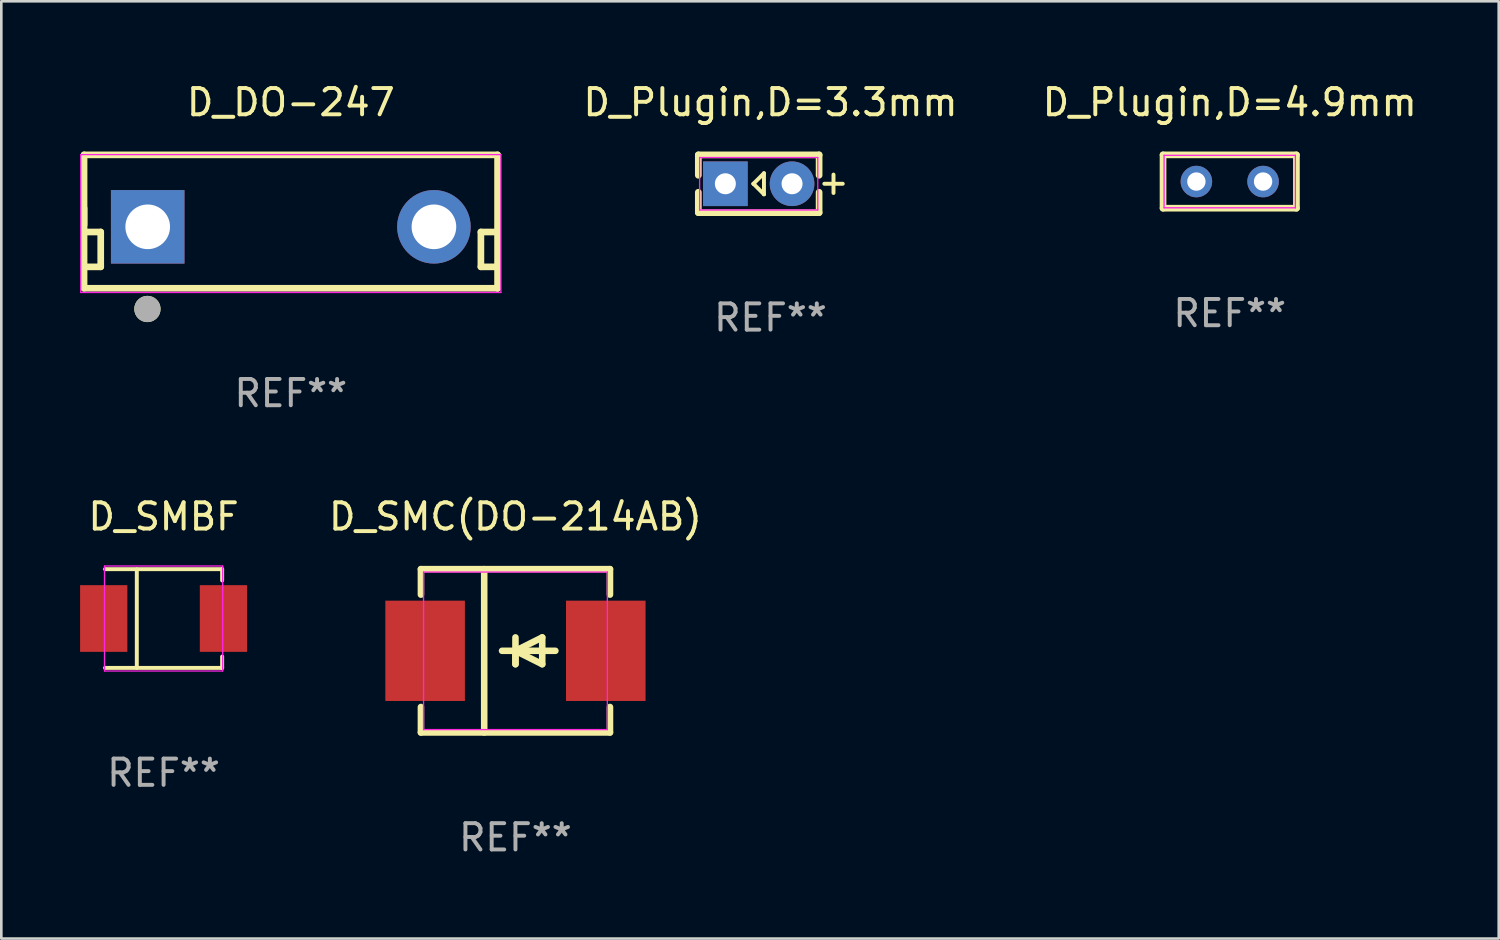
<source format=kicad_pcb>
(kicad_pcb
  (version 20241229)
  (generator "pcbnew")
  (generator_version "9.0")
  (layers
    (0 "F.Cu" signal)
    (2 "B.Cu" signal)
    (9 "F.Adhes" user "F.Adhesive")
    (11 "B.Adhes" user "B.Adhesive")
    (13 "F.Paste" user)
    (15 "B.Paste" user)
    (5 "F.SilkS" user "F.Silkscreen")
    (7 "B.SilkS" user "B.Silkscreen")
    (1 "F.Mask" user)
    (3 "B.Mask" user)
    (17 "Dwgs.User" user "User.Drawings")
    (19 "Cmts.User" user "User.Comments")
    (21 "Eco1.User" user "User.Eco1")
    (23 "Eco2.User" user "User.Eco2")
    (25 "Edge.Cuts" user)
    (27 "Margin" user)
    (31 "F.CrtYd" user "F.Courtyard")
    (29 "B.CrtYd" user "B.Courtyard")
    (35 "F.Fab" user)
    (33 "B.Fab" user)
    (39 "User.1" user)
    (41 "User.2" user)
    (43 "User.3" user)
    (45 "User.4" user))
  (footprint "D_DO-247"
    (layer "F.Cu")
    (at 8.025 5.588)
    (property "Reference" "D_DO-247" (at -0.000013 -4.74 0) (layer "F.SilkS") (effects (font (size 1 1) (thickness 0.15))))
    (attr through_hole)
    (fp_line (start -7.874 -2.74) (end -7.874 -0.073) (stroke (width 0.254) (type solid)) (layer "F.SilkS"))
    (fp_line (start -7.874 -0.708) (end -7.874 2.34) (stroke (width 0.254) (type solid)) (layer "F.SilkS"))
    (fp_line (start -7.874 2.34) (end 7.874 2.34) (stroke (width 0.254) (type solid)) (layer "F.SilkS"))
    (fp_line (start -7.799 0.197) (end -7.239 0.197) (stroke (width 0.254) (type solid)) (layer "F.SilkS"))
    (fp_line (start -7.239 0.197) (end -7.239 1.524) (stroke (width 0.254) (type solid)) (layer "F.SilkS"))
    (fp_line (start -7.239 1.524) (end -7.874 1.524) (stroke (width 0.254) (type solid)) (layer "F.SilkS"))
    (fp_line (start 7.239 0.197) (end 7.874 0.197) (stroke (width 0.254) (type solid)) (layer "F.SilkS"))
    (fp_line (start 7.239 1.524) (end 7.239 0.197) (stroke (width 0.254) (type solid)) (layer "F.SilkS"))
    (fp_line (start 7.799 1.524) (end 7.239 1.524) (stroke (width 0.254) (type solid)) (layer "F.SilkS"))
    (fp_line (start 7.874 -2.74) (end -7.874 -2.74) (stroke (width 0.254) (type solid)) (layer "F.SilkS"))
    (fp_line (start 7.874 2.34) (end 7.874 -2.74) (stroke (width 0.254) (type solid)) (layer "F.SilkS"))
    (fp_line (start 7.874 2.34) (end 7.874 2.34) (stroke (width 0.254) (type solid)) (layer "F.SilkS"))
    (fp_circle (center -7.8 2.3) (end -7.77 2.3) (stroke (width 0.06) (type solid)) (fill no) (layer "F.SilkS"))
    (fp_circle (center -5.461 3.129) (end -5.211 3.129) (stroke (width 0.5) (type solid)) (fill no) (layer "F.SilkS"))
    (fp_line (start -8 -2.75) (end 8 -2.75) (stroke (width 0.05) (type default)) (layer "F.CrtYd"))
    (fp_line (start -8 2.5) (end -8 -2.75) (stroke (width 0.05) (type default)) (layer "F.CrtYd"))
    (fp_line (start 8 -2.75) (end 8 2.5) (stroke (width 0.05) (type default)) (layer "F.CrtYd"))
    (fp_line (start 8 2.5) (end -8 2.5) (stroke (width 0.05) (type default)) (layer "F.CrtYd"))
    (fp_circle (center -5.461 3.129) (end -5.211 3.129) (stroke (width 0.5) (type solid)) (fill no) (layer "F.Fab"))
    (fp_text user "REF**" (at -0.000013 6.34 0) (layer "F.Fab") (effects (font (size 1 1) (thickness 0.15))))
    (pad "1" thru_hole rect (at -5.45 0) (size 2.8 2.8) (drill 1.7) (layers "*.Cu" "*.Mask"))
    (pad "2" thru_hole circle (at 5.45 0) (size 2.8 2.8) (drill 1.7) (layers "*.Cu" "*.Mask")))
  (footprint "D_SMC(DO-214AB)"
    (layer "F.Cu")
    (at 16.58 21.735)
    (property "Reference" "D_SMC(DO-214AB)" (at 0 -5.11 0) (layer "F.SilkS") (effects (font (size 1 1) (thickness 0.15))))
    (attr smd)
    (fp_line (start -3.6 -3.11) (end -3.6 -2.14) (stroke (width 0.25) (type solid)) (layer "F.SilkS"))
    (fp_line (start -3.6 -3.11) (end 3.6 -3.11) (stroke (width 0.25) (type solid)) (layer "F.SilkS"))
    (fp_line (start -3.6 2.14) (end -3.6 3.11) (stroke (width 0.25) (type solid)) (layer "F.SilkS"))
    (fp_line (start -3.6 3.11) (end 3.6 3.11) (stroke (width 0.25) (type solid)) (layer "F.SilkS"))
    (fp_line (start -1.19 -3.11) (end -1.19 3.11) (stroke (width 0.25) (type solid)) (layer "F.SilkS"))
    (fp_line (start 0 0) (end 0 0.51) (stroke (width 0.25) (type solid)) (layer "F.SilkS"))
    (fp_line (start 0 0) (end 1.02 0.51) (stroke (width 0.25) (type solid)) (layer "F.SilkS"))
    (fp_line (start 0 0.51) (end 0 -0.51) (stroke (width 0.25) (type solid)) (layer "F.SilkS"))
    (fp_line (start 1.02 -0.51) (end 0 0) (stroke (width 0.25) (type solid)) (layer "F.SilkS"))
    (fp_line (start 1.02 0.51) (end 1.02 -0.51) (stroke (width 0.25) (type solid)) (layer "F.SilkS"))
    (fp_line (start 1.52 0) (end -0.51 0) (stroke (width 0.25) (type solid)) (layer "F.SilkS"))
    (fp_line (start 3.6 -3.11) (end 3.6 -2.14) (stroke (width 0.25) (type solid)) (layer "F.SilkS"))
    (fp_line (start 3.6 2.14) (end 3.6 3.11) (stroke (width 0.25) (type solid)) (layer "F.SilkS"))
    (fp_line (start -3.5 -3) (end 3.5 -3) (stroke (width 0.05) (type default)) (layer "F.CrtYd"))
    (fp_line (start -3.5 3) (end -3.5 -3) (stroke (width 0.05) (type default)) (layer "F.CrtYd"))
    (fp_line (start 3.5 -3) (end 3.5 3) (stroke (width 0.05) (type default)) (layer "F.CrtYd"))
    (fp_line (start 3.5 3) (end -3.5 3) (stroke (width 0.05) (type default)) (layer "F.CrtYd"))
    (fp_text user "REF**" (at 0 7.11 0) (layer "F.Fab") (effects (font (size 1 1) (thickness 0.15))))
    (pad "1" smd rect (at 3.44 0 180) (size 3.03 3.82) (layers "F.Cu" "F.Mask" "F.Paste"))
    (pad "2" smd rect (at -3.44 0 180) (size 3.03 3.82) (layers "F.Cu" "F.Mask" "F.Paste")))
  (footprint "D_SMBF"
    (layer "F.Cu")
    (at 3.18 20.505)
    (property "Reference" "D_SMBF" (at 0 -3.88 0) (layer "F.SilkS") (effects (font (size 1 1) (thickness 0.15))))
    (attr smd)
    (fp_line (start -2.23 -1.88) (end 2.23 -1.88) (stroke (width 0.15) (type solid)) (layer "F.SilkS"))
    (fp_line (start -2.23 1.88) (end 2.23 1.88) (stroke (width 0.15) (type solid)) (layer "F.SilkS"))
    (fp_line (start -1.02 -1.87) (end -1.02 1.88) (stroke (width 0.15) (type solid)) (layer "F.SilkS"))
    (fp_line (start 2.23 -1.88) (end 2.23 -1.45) (stroke (width 0.15) (type solid)) (layer "F.SilkS"))
    (fp_line (start 2.23 1.45) (end 2.23 1.88) (stroke (width 0.15) (type solid)) (layer "F.SilkS"))
    (fp_line (start -2.25 -2) (end 2.25 -2) (stroke (width 0.05) (type default)) (layer "F.CrtYd"))
    (fp_line (start -2.25 2) (end -2.25 -2) (stroke (width 0.05) (type default)) (layer "F.CrtYd"))
    (fp_line (start 2.25 -2) (end 2.25 2) (stroke (width 0.05) (type default)) (layer "F.CrtYd"))
    (fp_line (start 2.25 2) (end -2.25 2) (stroke (width 0.05) (type default)) (layer "F.CrtYd"))
    (fp_text user "REF**" (at 0 5.88 0) (layer "F.Fab") (effects (font (size 1 1) (thickness 0.15))))
    (pad "1" smd rect (at -2.28 0) (size 1.8 2.54) (layers "F.Cu" "F.Mask" "F.Paste"))
    (pad "2" smd rect (at 2.28 0) (size 1.8 2.54) (layers "F.Cu" "F.Mask" "F.Paste")))
  (footprint "D_Plugin,D=3.3mm"
    (layer "F.Cu")
    (at 25.844 3.948)
    (property "Reference" "D_Plugin,D=3.3mm" (at 0.45 -3.1 0) (layer "F.SilkS") (effects (font (size 1 1) (thickness 0.15))))
    (attr through_hole)
    (fp_line (start -2.3 -1.1) (end -2.3 -0.323) (stroke (width 0.254) (type solid)) (layer "F.SilkS"))
    (fp_line (start -2.3 -1.1) (end 2.3 -1.1) (stroke (width 0.254) (type solid)) (layer "F.SilkS"))
    (fp_line (start -2.3 0.323) (end -2.3 1.1) (stroke (width 0.254) (type solid)) (layer "F.SilkS"))
    (fp_line (start -2.3 1.1) (end 2.3 1.1) (stroke (width 0.254) (type solid)) (layer "F.SilkS"))
    (fp_line (start -0.2 -0.000051) (end -0.2 -0.000051) (stroke (width 0.15) (type solid)) (layer "F.SilkS"))
    (fp_line (start -0.2 -0.000051) (end 0.2 -0.4) (stroke (width 0.15) (type solid)) (layer "F.SilkS"))
    (fp_line (start 0.2 0.4) (end -0.2 -0.000051) (stroke (width 0.15) (type solid)) (layer "F.SilkS"))
    (fp_line (start 0.2 0.4) (end 0.2 -0.4) (stroke (width 0.15) (type solid)) (layer "F.SilkS"))
    (fp_line (start 0.2 0.4) (end 0.2 0.4) (stroke (width 0.15) (type solid)) (layer "F.SilkS"))
    (fp_line (start 2.3 -1.1) (end 2.3 -0.323) (stroke (width 0.254) (type solid)) (layer "F.SilkS"))
    (fp_line (start 2.3 0.323) (end 2.3 1.1) (stroke (width 0.254) (type solid)) (layer "F.SilkS"))
    (fp_line (start 2.5 0) (end 3.2 0) (stroke (width 0.15) (type solid)) (layer "F.SilkS"))
    (fp_line (start 2.848 0.351) (end 2.848 -0.349) (stroke (width 0.15) (type solid)) (layer "F.SilkS"))
    (fp_line (start -2.25 -1) (end 2.25 -1) (stroke (width 0.05) (type default)) (layer "F.CrtYd"))
    (fp_line (start -2.25 1) (end -2.25 -1) (stroke (width 0.05) (type default)) (layer "F.CrtYd"))
    (fp_line (start 2.25 -1) (end 2.25 1) (stroke (width 0.05) (type default)) (layer "F.CrtYd"))
    (fp_line (start 2.25 1) (end -2.25 1) (stroke (width 0.05) (type default)) (layer "F.CrtYd"))
    (fp_text user "REF**" (at 0.45 5.1 0) (layer "F.Fab") (effects (font (size 1 1) (thickness 0.15))))
    (pad "1" thru_hole rect (at -1.27 0) (size 1.7 1.7) (drill 0.8) (layers "*.Cu" "*.Mask"))
    (pad "2" thru_hole circle (at 1.27 0) (size 1.7 1.7) (drill 0.8) (layers "*.Cu" "*.Mask")))
  (footprint "D_Plugin,D=4.9mm"
    (layer "F.Cu")
    (at 43.782 3.864)
    (property "Reference" "D_Plugin,D=4.9mm" (at 0 -3.016 0) (layer "F.SilkS") (effects (font (size 1 1) (thickness 0.15))))
    (attr through_hole)
    (fp_line (start -2.54 -1.016) (end -2.54 1.016) (stroke (width 0.254) (type solid)) (layer "F.SilkS"))
    (fp_line (start -2.54 1.016) (end 2.54 1.016) (stroke (width 0.254) (type solid)) (layer "F.SilkS"))
    (fp_line (start 2.54 -1.016) (end -2.54 -1.016) (stroke (width 0.254) (type solid)) (layer "F.SilkS"))
    (fp_line (start 2.54 1.016) (end 2.54 -1.016) (stroke (width 0.254) (type solid)) (layer "F.SilkS"))
    (fp_circle (center -2.45 0.95) (end -2.42 0.95) (stroke (width 0.06) (type solid)) (fill no) (layer "F.SilkS"))
    (fp_line (start -2.5 -1) (end 2.5 -1) (stroke (width 0.05) (type default)) (layer "F.CrtYd"))
    (fp_line (start -2.5 1) (end -2.5 -1) (stroke (width 0.05) (type default)) (layer "F.CrtYd"))
    (fp_line (start 2.5 -1) (end 2.5 1) (stroke (width 0.05) (type default)) (layer "F.CrtYd"))
    (fp_line (start 2.5 1) (end -2.5 1) (stroke (width 0.05) (type default)) (layer "F.CrtYd"))
    (fp_text user "REF**" (at 0 5.016 0) (layer "F.Fab") (effects (font (size 1 1) (thickness 0.15))))
    (pad "1" thru_hole circle (at -1.27 0) (size 1.2 1.2) (drill 0.7) (layers "*.Cu" "*.Mask"))
    (pad "2" thru_hole circle (at 1.27 0) (size 1.2 1.2) (drill 0.7) (layers "*.Cu" "*.Mask")))
  (gr_rect
    (start -3 -3)
    (end 54.026 32.693)
    (stroke (width 0.1) (type default))
    (fill no)
    (layer "Edge.Cuts")))
</source>
